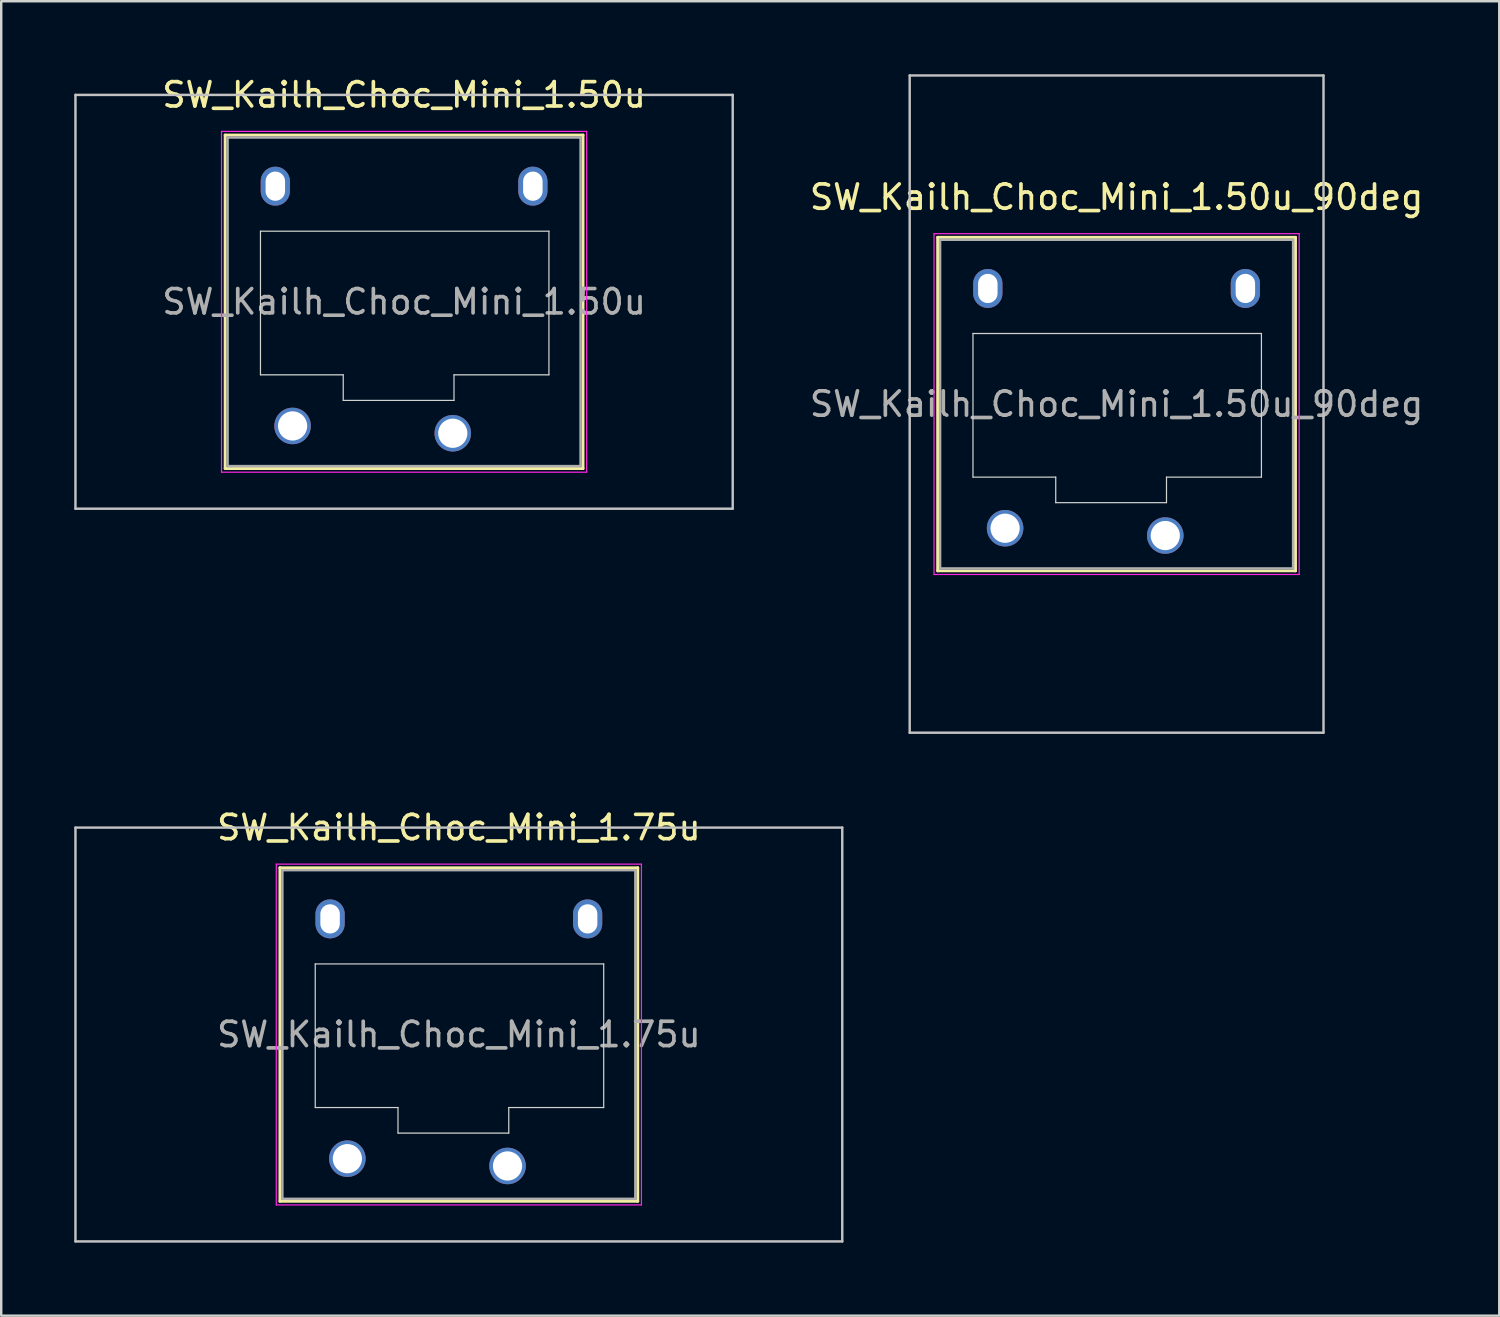
<source format=kicad_pcb>
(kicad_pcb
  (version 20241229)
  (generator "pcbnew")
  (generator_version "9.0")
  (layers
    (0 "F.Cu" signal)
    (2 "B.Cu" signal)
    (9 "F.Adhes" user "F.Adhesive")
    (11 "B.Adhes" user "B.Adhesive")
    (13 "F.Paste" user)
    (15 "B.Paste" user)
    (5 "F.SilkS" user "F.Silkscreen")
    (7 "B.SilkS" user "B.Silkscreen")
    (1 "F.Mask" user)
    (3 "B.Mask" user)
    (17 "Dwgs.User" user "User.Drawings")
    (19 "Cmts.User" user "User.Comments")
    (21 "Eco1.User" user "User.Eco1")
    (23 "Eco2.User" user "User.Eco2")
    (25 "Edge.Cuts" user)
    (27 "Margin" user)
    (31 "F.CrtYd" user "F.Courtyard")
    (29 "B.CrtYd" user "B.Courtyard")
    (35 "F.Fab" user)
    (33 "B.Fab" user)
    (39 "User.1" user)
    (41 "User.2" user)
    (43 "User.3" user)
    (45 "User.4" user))
  (footprint "SW_Kailh_Choc_Mini_1.50u"
    (layer "F.Cu")
    (at 13.55 9.348)
    (property "Reference" "SW_Kailh_Choc_Mini_1.50u" (at 0 -8.5 0) (layer "F.SilkS") (effects (font (size 1 1) (thickness 0.15))))
    (attr through_hole)
    (fp_line (start -7.35 -6.85) (end -7.35 6.85) (stroke (width 0.12) (type solid)) (layer "F.SilkS"))
    (fp_line (start -7.35 6.85) (end 7.35 6.85) (stroke (width 0.12) (type solid)) (layer "F.SilkS"))
    (fp_line (start 7.35 -6.85) (end -7.35 -6.85) (stroke (width 0.12) (type solid)) (layer "F.SilkS"))
    (fp_line (start 7.35 6.85) (end 7.35 -6.85) (stroke (width 0.12) (type solid)) (layer "F.SilkS"))
    (fp_line (start -13.5 -8.5) (end -13.5 8.5) (stroke (width 0.1) (type solid)) (layer "Dwgs.User"))
    (fp_line (start -13.5 8.5) (end 13.5 8.5) (stroke (width 0.1) (type solid)) (layer "Dwgs.User"))
    (fp_line (start 13.5 -8.5) (end -13.5 -8.5) (stroke (width 0.1) (type solid)) (layer "Dwgs.User"))
    (fp_line (start 13.5 8.5) (end 13.5 -8.5) (stroke (width 0.1) (type solid)) (layer "Dwgs.User"))
    (fp_line (start -6.85 -6.35) (end -6.85 6.35) (stroke (width 0.1) (type solid)) (layer "Eco1.User"))
    (fp_line (start -6.85 6.35) (end 6.85 6.35) (stroke (width 0.1) (type solid)) (layer "Eco1.User"))
    (fp_line (start 6.85 -6.35) (end -6.85 -6.35) (stroke (width 0.1) (type solid)) (layer "Eco1.User"))
    (fp_line (start 6.85 6.35) (end 6.85 -6.35) (stroke (width 0.1) (type solid)) (layer "Eco1.User"))
    (fp_line (start -5.9 -2.9) (end -5.9 3) (stroke (width 0.05) (type solid)) (layer "Edge.Cuts"))
    (fp_line (start -5.9 3) (end -2.5 3) (stroke (width 0.05) (type solid)) (layer "Edge.Cuts"))
    (fp_line (start -2.5 3) (end -2.5 4.05) (stroke (width 0.05) (type solid)) (layer "Edge.Cuts"))
    (fp_line (start -2.5 4.05) (end 2.05 4.05) (stroke (width 0.05) (type solid)) (layer "Edge.Cuts"))
    (fp_line (start 2.05 3) (end 5.95 3) (stroke (width 0.05) (type solid)) (layer "Edge.Cuts"))
    (fp_line (start 2.05 4.05) (end 2.05 3) (stroke (width 0.05) (type solid)) (layer "Edge.Cuts"))
    (fp_line (start 5.95 -2.9) (end -5.9 -2.9) (stroke (width 0.05) (type solid)) (layer "Edge.Cuts"))
    (fp_line (start 5.95 3) (end 5.95 -2.9) (stroke (width 0.05) (type solid)) (layer "Edge.Cuts"))
    (fp_line (start -7.5 -7) (end -7.5 7) (stroke (width 0.05) (type solid)) (layer "F.CrtYd"))
    (fp_line (start -7.5 7) (end 7.5 7) (stroke (width 0.05) (type solid)) (layer "F.CrtYd"))
    (fp_line (start 7.5 -7) (end -7.5 -7) (stroke (width 0.05) (type solid)) (layer "F.CrtYd"))
    (fp_line (start 7.5 7) (end 7.5 -7) (stroke (width 0.05) (type solid)) (layer "F.CrtYd"))
    (fp_line (start -7.25 -6.75) (end -7.25 6.75) (stroke (width 0.1) (type solid)) (layer "F.Fab"))
    (fp_line (start -7.25 6.75) (end 7.25 6.75) (stroke (width 0.1) (type solid)) (layer "F.Fab"))
    (fp_line (start 7.25 -6.75) (end -7.25 -6.75) (stroke (width 0.1) (type solid)) (layer "F.Fab"))
    (fp_line (start 7.25 6.75) (end 7.25 -6.75) (stroke (width 0.1) (type solid)) (layer "F.Fab"))
    (fp_text user "${REFERENCE}" (at 0 0 0) (layer "F.Fab") (effects (font (size 1 1) (thickness 0.15))))
    (pad "" np_thru_hole oval (at -5.29 -4.75) (size 1.2 1.6) (drill oval 0.8 1.2) (layers "*.Cu" "*.Mask"))
    (pad "" smd circle (at -4.58 5.1) (size 1.25 1.25) (layers "F.Mask"))
    (pad "" smd circle (at 2 5.4) (size 1.25 1.25) (layers "F.Mask"))
    (pad "" np_thru_hole oval (at 5.29 -4.75) (size 1.2 1.6) (drill oval 0.8 1.2) (layers "*.Cu" "*.Mask"))
    (pad "1" thru_hole circle (at 2 5.4) (size 1.5 1.5) (drill 1.2) (layers "*.Cu" "B.Mask"))
    (pad "2" thru_hole circle (at -4.58 5.1) (size 1.5 1.5) (drill 1.2) (layers "*.Cu" "B.Mask")))
  (footprint "SW_Kailh_Choc_Mini_1.75u"
    (layer "F.Cu")
    (at 15.8 39.448)
    (property "Reference" "SW_Kailh_Choc_Mini_1.75u" (at 0 -8.5 0) (layer "F.SilkS") (effects (font (size 1 1) (thickness 0.15))))
    (attr through_hole)
    (fp_line (start -7.35 -6.85) (end -7.35 6.85) (stroke (width 0.12) (type solid)) (layer "F.SilkS"))
    (fp_line (start -7.35 6.85) (end 7.35 6.85) (stroke (width 0.12) (type solid)) (layer "F.SilkS"))
    (fp_line (start 7.35 -6.85) (end -7.35 -6.85) (stroke (width 0.12) (type solid)) (layer "F.SilkS"))
    (fp_line (start 7.35 6.85) (end 7.35 -6.85) (stroke (width 0.12) (type solid)) (layer "F.SilkS"))
    (fp_line (start -15.75 -8.5) (end -15.75 8.5) (stroke (width 0.1) (type solid)) (layer "Dwgs.User"))
    (fp_line (start -15.75 8.5) (end 15.75 8.5) (stroke (width 0.1) (type solid)) (layer "Dwgs.User"))
    (fp_line (start 15.75 -8.5) (end -15.75 -8.5) (stroke (width 0.1) (type solid)) (layer "Dwgs.User"))
    (fp_line (start 15.75 8.5) (end 15.75 -8.5) (stroke (width 0.1) (type solid)) (layer "Dwgs.User"))
    (fp_line (start -6.85 -6.35) (end -6.85 6.35) (stroke (width 0.1) (type solid)) (layer "Eco1.User"))
    (fp_line (start -6.85 6.35) (end 6.85 6.35) (stroke (width 0.1) (type solid)) (layer "Eco1.User"))
    (fp_line (start 6.85 -6.35) (end -6.85 -6.35) (stroke (width 0.1) (type solid)) (layer "Eco1.User"))
    (fp_line (start 6.85 6.35) (end 6.85 -6.35) (stroke (width 0.1) (type solid)) (layer "Eco1.User"))
    (fp_line (start -5.9 -2.9) (end -5.9 3) (stroke (width 0.05) (type solid)) (layer "Edge.Cuts"))
    (fp_line (start -5.9 3) (end -2.5 3) (stroke (width 0.05) (type solid)) (layer "Edge.Cuts"))
    (fp_line (start -2.5 3) (end -2.5 4.05) (stroke (width 0.05) (type solid)) (layer "Edge.Cuts"))
    (fp_line (start -2.5 4.05) (end 2.05 4.05) (stroke (width 0.05) (type solid)) (layer "Edge.Cuts"))
    (fp_line (start 2.05 3) (end 5.95 3) (stroke (width 0.05) (type solid)) (layer "Edge.Cuts"))
    (fp_line (start 2.05 4.05) (end 2.05 3) (stroke (width 0.05) (type solid)) (layer "Edge.Cuts"))
    (fp_line (start 5.95 -2.9) (end -5.9 -2.9) (stroke (width 0.05) (type solid)) (layer "Edge.Cuts"))
    (fp_line (start 5.95 3) (end 5.95 -2.9) (stroke (width 0.05) (type solid)) (layer "Edge.Cuts"))
    (fp_line (start -7.5 -7) (end -7.5 7) (stroke (width 0.05) (type solid)) (layer "F.CrtYd"))
    (fp_line (start -7.5 7) (end 7.5 7) (stroke (width 0.05) (type solid)) (layer "F.CrtYd"))
    (fp_line (start 7.5 -7) (end -7.5 -7) (stroke (width 0.05) (type solid)) (layer "F.CrtYd"))
    (fp_line (start 7.5 7) (end 7.5 -7) (stroke (width 0.05) (type solid)) (layer "F.CrtYd"))
    (fp_line (start -7.25 -6.75) (end -7.25 6.75) (stroke (width 0.1) (type solid)) (layer "F.Fab"))
    (fp_line (start -7.25 6.75) (end 7.25 6.75) (stroke (width 0.1) (type solid)) (layer "F.Fab"))
    (fp_line (start 7.25 -6.75) (end -7.25 -6.75) (stroke (width 0.1) (type solid)) (layer "F.Fab"))
    (fp_line (start 7.25 6.75) (end 7.25 -6.75) (stroke (width 0.1) (type solid)) (layer "F.Fab"))
    (fp_text user "${REFERENCE}" (at 0 0 0) (layer "F.Fab") (effects (font (size 1 1) (thickness 0.15))))
    (pad "" np_thru_hole oval (at -5.29 -4.75) (size 1.2 1.6) (drill oval 0.8 1.2) (layers "*.Cu" "*.Mask"))
    (pad "" smd circle (at -4.58 5.1) (size 1.25 1.25) (layers "F.Mask"))
    (pad "" smd circle (at 2 5.4) (size 1.25 1.25) (layers "F.Mask"))
    (pad "" np_thru_hole oval (at 5.29 -4.75) (size 1.2 1.6) (drill oval 0.8 1.2) (layers "*.Cu" "*.Mask"))
    (pad "1" thru_hole circle (at 2 5.4) (size 1.5 1.5) (drill 1.2) (layers "*.Cu" "B.Mask"))
    (pad "2" thru_hole circle (at -4.58 5.1) (size 1.5 1.5) (drill 1.2) (layers "*.Cu" "B.Mask")))
  (footprint "SW_Kailh_Choc_Mini_1.50u_90deg"
    (layer "F.Cu")
    (at 42.82 13.55)
    (property "Reference" "SW_Kailh_Choc_Mini_1.50u_90deg" (at 0 -8.5 0) (layer "F.SilkS") (effects (font (size 1 1) (thickness 0.15))))
    (attr through_hole)
    (fp_line (start -7.35 -6.85) (end -7.35 6.85) (stroke (width 0.12) (type solid)) (layer "F.SilkS"))
    (fp_line (start -7.35 6.85) (end 7.35 6.85) (stroke (width 0.12) (type solid)) (layer "F.SilkS"))
    (fp_line (start 7.35 -6.85) (end -7.35 -6.85) (stroke (width 0.12) (type solid)) (layer "F.SilkS"))
    (fp_line (start 7.35 6.85) (end 7.35 -6.85) (stroke (width 0.12) (type solid)) (layer "F.SilkS"))
    (fp_line (start -8.5 -13.5) (end 8.5 -13.5) (stroke (width 0.1) (type solid)) (layer "Dwgs.User"))
    (fp_line (start -8.5 13.5) (end -8.5 -13.5) (stroke (width 0.1) (type solid)) (layer "Dwgs.User"))
    (fp_line (start 8.5 -13.5) (end 8.5 13.5) (stroke (width 0.1) (type solid)) (layer "Dwgs.User"))
    (fp_line (start 8.5 13.5) (end -8.5 13.5) (stroke (width 0.1) (type solid)) (layer "Dwgs.User"))
    (fp_line (start -6.85 -6.35) (end -6.85 6.35) (stroke (width 0.1) (type solid)) (layer "Eco1.User"))
    (fp_line (start -6.85 6.35) (end 6.85 6.35) (stroke (width 0.1) (type solid)) (layer "Eco1.User"))
    (fp_line (start 6.85 -6.35) (end -6.85 -6.35) (stroke (width 0.1) (type solid)) (layer "Eco1.User"))
    (fp_line (start 6.85 6.35) (end 6.85 -6.35) (stroke (width 0.1) (type solid)) (layer "Eco1.User"))
    (fp_line (start -5.9 -2.9) (end -5.9 3) (stroke (width 0.05) (type solid)) (layer "Edge.Cuts"))
    (fp_line (start -5.9 3) (end -2.5 3) (stroke (width 0.05) (type solid)) (layer "Edge.Cuts"))
    (fp_line (start -2.5 3) (end -2.5 4.05) (stroke (width 0.05) (type solid)) (layer "Edge.Cuts"))
    (fp_line (start -2.5 4.05) (end 2.05 4.05) (stroke (width 0.05) (type solid)) (layer "Edge.Cuts"))
    (fp_line (start 2.05 3) (end 5.95 3) (stroke (width 0.05) (type solid)) (layer "Edge.Cuts"))
    (fp_line (start 2.05 4.05) (end 2.05 3) (stroke (width 0.05) (type solid)) (layer "Edge.Cuts"))
    (fp_line (start 5.95 -2.9) (end -5.9 -2.9) (stroke (width 0.05) (type solid)) (layer "Edge.Cuts"))
    (fp_line (start 5.95 3) (end 5.95 -2.9) (stroke (width 0.05) (type solid)) (layer "Edge.Cuts"))
    (fp_line (start -7.5 -7) (end -7.5 7) (stroke (width 0.05) (type solid)) (layer "F.CrtYd"))
    (fp_line (start -7.5 7) (end 7.5 7) (stroke (width 0.05) (type solid)) (layer "F.CrtYd"))
    (fp_line (start 7.5 -7) (end -7.5 -7) (stroke (width 0.05) (type solid)) (layer "F.CrtYd"))
    (fp_line (start 7.5 7) (end 7.5 -7) (stroke (width 0.05) (type solid)) (layer "F.CrtYd"))
    (fp_line (start -7.25 -6.75) (end -7.25 6.75) (stroke (width 0.1) (type solid)) (layer "F.Fab"))
    (fp_line (start -7.25 6.75) (end 7.25 6.75) (stroke (width 0.1) (type solid)) (layer "F.Fab"))
    (fp_line (start 7.25 -6.75) (end -7.25 -6.75) (stroke (width 0.1) (type solid)) (layer "F.Fab"))
    (fp_line (start 7.25 6.75) (end 7.25 -6.75) (stroke (width 0.1) (type solid)) (layer "F.Fab"))
    (fp_text user "${REFERENCE}" (at 0 0 0) (layer "F.Fab") (effects (font (size 1 1) (thickness 0.15))))
    (pad "" np_thru_hole oval (at -5.29 -4.75) (size 1.2 1.6) (drill oval 0.8 1.2) (layers "*.Cu" "*.Mask"))
    (pad "" smd circle (at -4.58 5.1) (size 1.25 1.25) (layers "F.Mask"))
    (pad "" smd circle (at 2 5.4) (size 1.25 1.25) (layers "F.Mask"))
    (pad "" np_thru_hole oval (at 5.29 -4.75) (size 1.2 1.6) (drill oval 0.8 1.2) (layers "*.Cu" "*.Mask"))
    (pad "1" thru_hole circle (at 2 5.4) (size 1.5 1.5) (drill 1.2) (layers "*.Cu" "B.Mask"))
    (pad "2" thru_hole circle (at -4.58 5.1) (size 1.5 1.5) (drill 1.2) (layers "*.Cu" "B.Mask")))
  (gr_rect
    (start -3 -3)
    (end 58.54 50.998)
    (stroke (width 0.1) (type default))
    (fill no)
    (layer "Edge.Cuts")))
</source>
